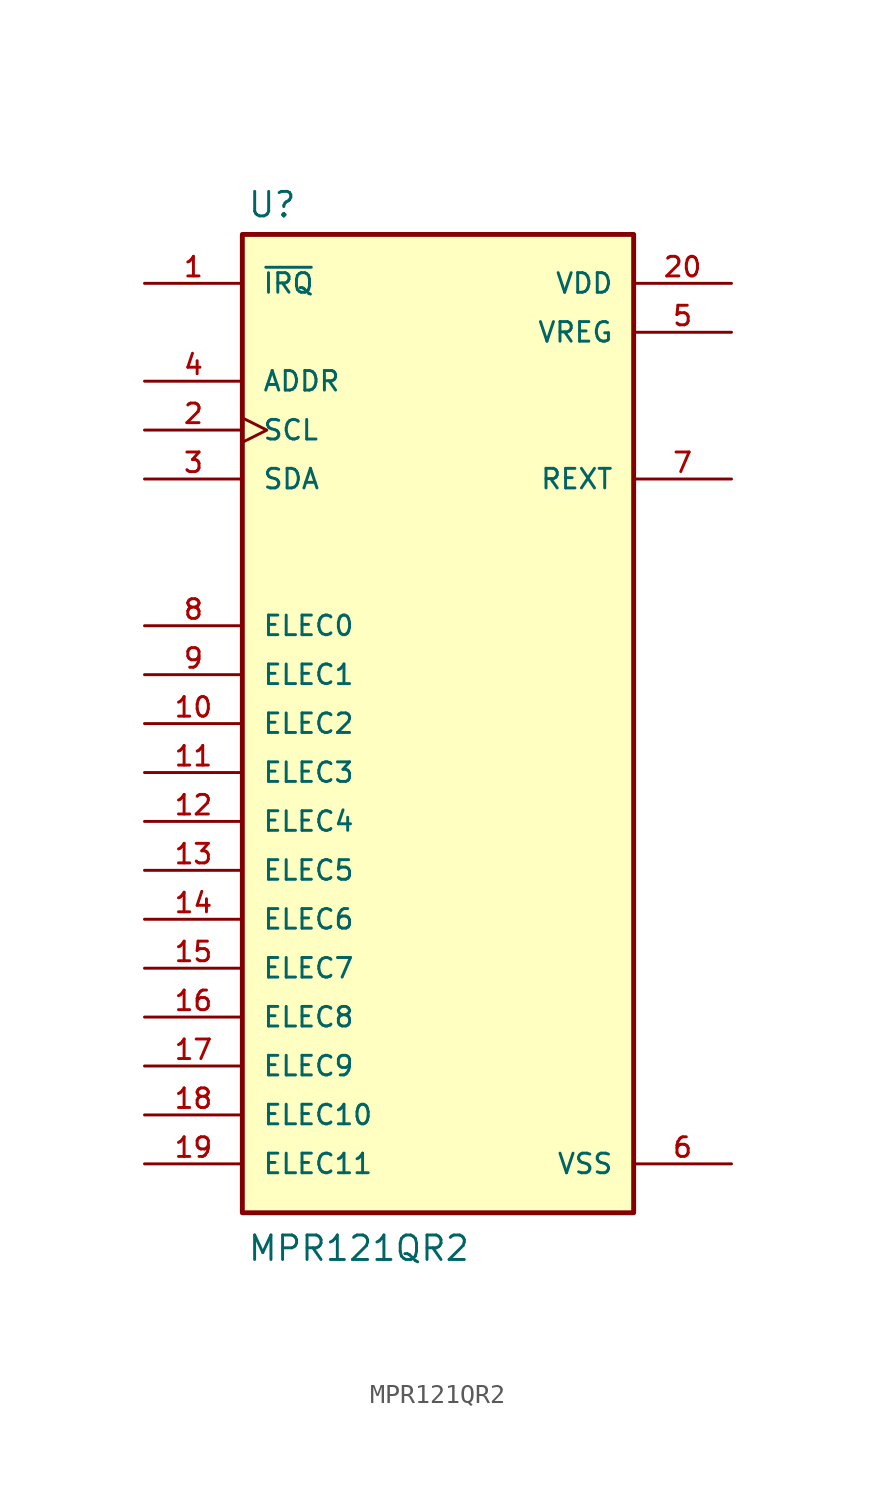
<source format=kicad_sym>
(kicad_symbol_lib
  (version 20211014)
  (generator kicad_symbol_editor)
  (symbol "MPR121QR2"
    (pin_names
      (offset 1.016))
    (property "Reference" "U"
      (at -9.921 26.201 0)
      (effects (font (size 1.27 1.27)) (justify bottom left)))
    (property "Value" "MPR121QR2"
      (at -9.924 -27.989 0)
      (effects (font (size 1.27 1.27)) (justify bottom left)))
    (symbol "MPR121QR2_0_0"
      (rectangle (start -10.16 -25.4) (end 10.16 25.4) (stroke (width 0.254)) (fill (type background)))
      (pin input line (at -15.24 22.86 0) (length 5.08) (name "~{IRQ}" (effects (font (size 1.016 1.016)))) (number "1" (effects (font (size 1.016 1.016)))))
      (pin input clock (at -15.24 15.24 0) (length 5.08) (name "SCL" (effects (font (size 1.016 1.016)))) (number "2" (effects (font (size 1.016 1.016)))))
      (pin bidirectional line (at -15.24 12.7 0) (length 5.08) (name "SDA" (effects (font (size 1.016 1.016)))) (number "3" (effects (font (size 1.016 1.016)))))
      (pin input line (at -15.24 17.78 0) (length 5.08) (name "ADDR" (effects (font (size 1.016 1.016)))) (number "4" (effects (font (size 1.016 1.016)))))
      (pin power_in line (at 15.24 20.32 180.0) (length 5.08) (name "VREG" (effects (font (size 1.016 1.016)))) (number "5" (effects (font (size 1.016 1.016)))))
      (pin power_in line (at 15.24 -22.86 180.0) (length 5.08) (name "VSS" (effects (font (size 1.016 1.016)))) (number "6" (effects (font (size 1.016 1.016)))))
      (pin passive line (at 15.24 12.7 180.0) (length 5.08) (name "REXT" (effects (font (size 1.016 1.016)))) (number "7" (effects (font (size 1.016 1.016)))))
      (pin input line (at -15.24 5.08 0) (length 5.08) (name "ELEC0" (effects (font (size 1.016 1.016)))) (number "8" (effects (font (size 1.016 1.016)))))
      (pin input line (at -15.24 2.54 0) (length 5.08) (name "ELEC1" (effects (font (size 1.016 1.016)))) (number "9" (effects (font (size 1.016 1.016)))))
      (pin input line (at -15.24 0.0 0) (length 5.08) (name "ELEC2" (effects (font (size 1.016 1.016)))) (number "10" (effects (font (size 1.016 1.016)))))
      (pin input line (at -15.24 -2.54 0) (length 5.08) (name "ELEC3" (effects (font (size 1.016 1.016)))) (number "11" (effects (font (size 1.016 1.016)))))
      (pin input line (at -15.24 -5.08 0) (length 5.08) (name "ELEC4" (effects (font (size 1.016 1.016)))) (number "12" (effects (font (size 1.016 1.016)))))
      (pin input line (at -15.24 -7.62 0) (length 5.08) (name "ELEC5" (effects (font (size 1.016 1.016)))) (number "13" (effects (font (size 1.016 1.016)))))
      (pin input line (at -15.24 -10.16 0) (length 5.08) (name "ELEC6" (effects (font (size 1.016 1.016)))) (number "14" (effects (font (size 1.016 1.016)))))
      (pin input line (at -15.24 -12.7 0) (length 5.08) (name "ELEC7" (effects (font (size 1.016 1.016)))) (number "15" (effects (font (size 1.016 1.016)))))
      (pin input line (at -15.24 -15.24 0) (length 5.08) (name "ELEC8" (effects (font (size 1.016 1.016)))) (number "16" (effects (font (size 1.016 1.016)))))
      (pin input line (at -15.24 -17.78 0) (length 5.08) (name "ELEC9" (effects (font (size 1.016 1.016)))) (number "17" (effects (font (size 1.016 1.016)))))
      (pin input line (at -15.24 -20.32 0) (length 5.08) (name "ELEC10" (effects (font (size 1.016 1.016)))) (number "18" (effects (font (size 1.016 1.016)))))
      (pin input line (at -15.24 -22.86 0) (length 5.08) (name "ELEC11" (effects (font (size 1.016 1.016)))) (number "19" (effects (font (size 1.016 1.016)))))
      (pin power_in line (at 15.24 22.86 180.0) (length 5.08) (name "VDD" (effects (font (size 1.016 1.016)))) (number "20" (effects (font (size 1.016 1.016))))))))
</source>
